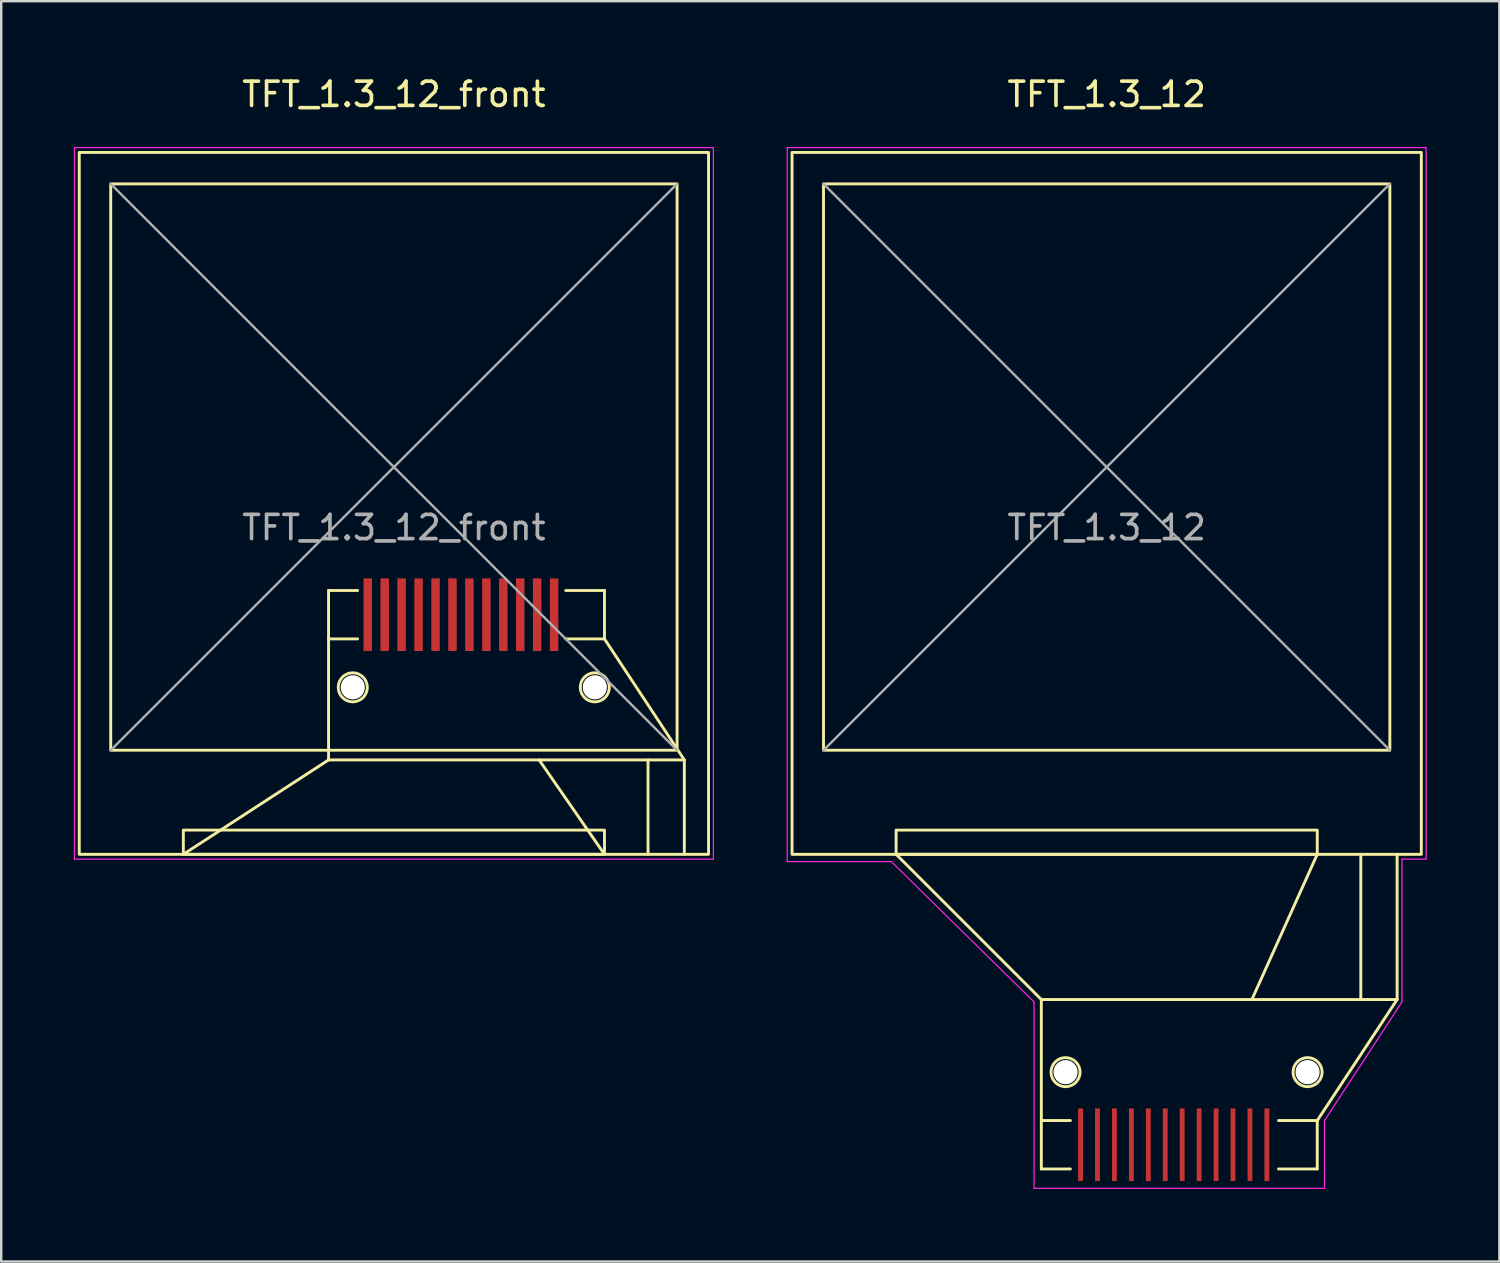
<source format=kicad_pcb>
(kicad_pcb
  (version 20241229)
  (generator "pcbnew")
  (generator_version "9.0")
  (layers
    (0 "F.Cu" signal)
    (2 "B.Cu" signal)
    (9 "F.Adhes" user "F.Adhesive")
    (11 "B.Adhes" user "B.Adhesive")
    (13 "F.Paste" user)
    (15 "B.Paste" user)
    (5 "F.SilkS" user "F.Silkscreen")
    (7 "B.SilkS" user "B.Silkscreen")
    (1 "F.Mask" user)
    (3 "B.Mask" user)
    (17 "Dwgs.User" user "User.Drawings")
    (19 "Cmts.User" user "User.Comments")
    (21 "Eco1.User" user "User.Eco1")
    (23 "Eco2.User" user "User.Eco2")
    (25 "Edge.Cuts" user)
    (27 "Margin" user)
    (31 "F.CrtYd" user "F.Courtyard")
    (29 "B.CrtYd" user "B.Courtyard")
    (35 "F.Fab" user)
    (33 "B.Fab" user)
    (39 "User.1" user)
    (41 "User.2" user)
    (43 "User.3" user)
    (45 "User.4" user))
  (footprint "TFT_1.3_12"
    (layer "F.Cu")
    (at 42.675 16.248)
    (property "Reference" "TFT_1.3_12" (at 0 -15.4 0) (unlocked yes) (layer "F.SilkS") (effects (font (size 1 1) (thickness 0.15))))
    (attr smd)
    (fp_line (start -8.7 16) (end -2.7 22) (stroke (width 0.12) (type solid)) (layer "F.SilkS"))
    (fp_line (start -2.7 22) (end 12 22) (stroke (width 0.12) (type solid)) (layer "F.SilkS"))
    (fp_line (start -2.7 27) (end -2.7 22) (stroke (width 0.12) (type solid)) (layer "F.SilkS"))
    (fp_line (start -2.7 27) (end -2.7 29) (stroke (width 0.12) (type solid)) (layer "F.SilkS"))
    (fp_line (start -2.7 29) (end -1.5 29) (stroke (width 0.12) (type solid)) (layer "F.SilkS"))
    (fp_line (start -1.5 27) (end -2.7 27) (stroke (width 0.12) (type solid)) (layer "F.SilkS"))
    (fp_line (start 7.1 27) (end 8.7 27) (stroke (width 0.12) (type solid)) (layer "F.SilkS"))
    (fp_line (start 8.7 16) (end 6 22) (stroke (width 0.12) (type solid)) (layer "F.SilkS"))
    (fp_line (start 8.7 27) (end 8.7 29) (stroke (width 0.12) (type solid)) (layer "F.SilkS"))
    (fp_line (start 8.7 29) (end 7.1 29) (stroke (width 0.12) (type solid)) (layer "F.SilkS"))
    (fp_line (start 10.5 16) (end 10.5 22) (stroke (width 0.12) (type solid)) (layer "F.SilkS"))
    (fp_line (start 12 22) (end 8.7 27) (stroke (width 0.12) (type solid)) (layer "F.SilkS"))
    (fp_line (start 12 22) (end 12 16) (stroke (width 0.12) (type solid)) (layer "F.SilkS"))
    (fp_rect (start -13 -13) (end 13 16) (stroke (width 0.12) (type solid)) (fill no) (layer "F.SilkS"))
    (fp_rect (start -11.7 11.7) (end 11.7 -11.7) (stroke (width 0.12) (type solid)) (fill no) (layer "F.SilkS"))
    (fp_rect (start -8.7 16) (end 8.7 15) (stroke (width 0.12) (type solid)) (fill no) (layer "F.SilkS"))
    (fp_circle (center -1.7 25) (end -1.1 25) (stroke (width 0.12) (type solid)) (fill no) (layer "F.SilkS"))
    (fp_circle (center 8.3 25) (end 8.9 25) (stroke (width 0.12) (type solid)) (fill no) (layer "F.SilkS"))
    (fp_line (start -13.2 -13.2) (end 13.2 -13.2) (stroke (width 0.05) (type solid)) (layer "F.CrtYd"))
    (fp_line (start -13.2 16.3) (end -13.2 -13.2) (stroke (width 0.05) (type solid)) (layer "F.CrtYd"))
    (fp_line (start -8.9 16.3) (end -13.2 16.3) (stroke (width 0.05) (type solid)) (layer "F.CrtYd"))
    (fp_line (start -3 22.1) (end -8.9 16.3) (stroke (width 0.05) (type solid)) (layer "F.CrtYd"))
    (fp_line (start -3 29.8) (end -3 22.1) (stroke (width 0.05) (type solid)) (layer "F.CrtYd"))
    (fp_line (start 9 27) (end 9 29.8) (stroke (width 0.05) (type solid)) (layer "F.CrtYd"))
    (fp_line (start 9 29.8) (end -3 29.8) (stroke (width 0.05) (type solid)) (layer "F.CrtYd"))
    (fp_line (start 12.2 16.2) (end 12.2 22.1) (stroke (width 0.05) (type solid)) (layer "F.CrtYd"))
    (fp_line (start 12.2 22.1) (end 9 27) (stroke (width 0.05) (type solid)) (layer "F.CrtYd"))
    (fp_line (start 13.2 -13.2) (end 13.2 16.2) (stroke (width 0.05) (type solid)) (layer "F.CrtYd"))
    (fp_line (start 13.2 16.2) (end 12.2 16.2) (stroke (width 0.05) (type solid)) (layer "F.CrtYd"))
    (fp_line (start -11.7 -11.7) (end 11.7 11.7) (stroke (width 0.1) (type solid)) (layer "F.Fab"))
    (fp_line (start -11.7 11.7) (end 11.7 -11.7) (stroke (width 0.1) (type solid)) (layer "F.Fab"))
    (fp_text user "${REFERENCE}" (at 0 2.5 0) (unlocked yes) (layer "F.Fab") (effects (font (size 1 1) (thickness 0.15))))
    (pad "" np_thru_hole circle (at -1.7 25) (size 1 1) (drill 1) (layers "*.Cu" "*.Mask"))
    (pad "" np_thru_hole circle (at 8.3 25) (size 1 1) (drill 1) (layers "*.Cu" "*.Mask"))
    (pad "1" smd rect (at 6.62 28 180) (size 0.2 3) (layers "F.Cu" "F.Mask" "F.Paste"))
    (pad "2" smd rect (at 5.92 28 180) (size 0.2 3) (layers "F.Cu" "F.Mask" "F.Paste"))
    (pad "3" smd rect (at 5.22 28 180) (size 0.2 3) (layers "F.Cu" "F.Mask" "F.Paste"))
    (pad "4" smd rect (at 4.52 28 180) (size 0.2 3) (layers "F.Cu" "F.Mask" "F.Paste"))
    (pad "5" smd rect (at 3.82 28 180) (size 0.2 3) (layers "F.Cu" "F.Mask" "F.Paste"))
    (pad "6" smd rect (at 3.12 28 180) (size 0.2 3) (layers "F.Cu" "F.Mask" "F.Paste"))
    (pad "7" smd rect (at 2.42 28 180) (size 0.2 3) (layers "F.Cu" "F.Mask" "F.Paste"))
    (pad "8" smd rect (at 1.72 28 180) (size 0.2 3) (layers "F.Cu" "F.Mask" "F.Paste"))
    (pad "9" smd rect (at 1.02 28 180) (size 0.2 3) (layers "F.Cu" "F.Mask" "F.Paste"))
    (pad "10" smd rect (at 0.32 28 180) (size 0.2 3) (layers "F.Cu" "F.Mask" "F.Paste"))
    (pad "11" smd rect (at -0.38 28 180) (size 0.2 3) (layers "F.Cu" "F.Mask" "F.Paste"))
    (pad "12" smd rect (at -1.08 28 180) (size 0.2 3) (layers "F.Cu" "F.Mask" "F.Paste")))
  (footprint "TFT_1.3_12_front"
    (layer "F.Cu")
    (at 13.225 16.248)
    (property "Reference" "TFT_1.3_12_front" (at 0 -15.4 0) (unlocked yes) (layer "F.SilkS") (effects (font (size 1 1) (thickness 0.15))))
    (attr smd)
    (fp_line (start -8.7 16) (end -2.7 12.1) (stroke (width 0.12) (type solid)) (layer "F.SilkS"))
    (fp_line (start -2.7 5.1) (end -1.5 5.1) (stroke (width 0.12) (type solid)) (layer "F.SilkS"))
    (fp_line (start -2.7 7.1) (end -2.7 5.1) (stroke (width 0.12) (type solid)) (layer "F.SilkS"))
    (fp_line (start -2.7 7.1) (end -2.7 12.1) (stroke (width 0.12) (type solid)) (layer "F.SilkS"))
    (fp_line (start -2.7 7.1) (end -1.5 7.1) (stroke (width 0.12) (type solid)) (layer "F.SilkS"))
    (fp_line (start -2.7 12.1) (end 12 12.1) (stroke (width 0.12) (type solid)) (layer "F.SilkS"))
    (fp_line (start 7.1 7.1) (end 8.7 7.1) (stroke (width 0.12) (type solid)) (layer "F.SilkS"))
    (fp_line (start 8.7 5.1) (end 7.1 5.1) (stroke (width 0.12) (type solid)) (layer "F.SilkS"))
    (fp_line (start 8.7 7.1) (end 8.7 5.1) (stroke (width 0.12) (type solid)) (layer "F.SilkS"))
    (fp_line (start 8.7 16) (end 6 12.1) (stroke (width 0.12) (type solid)) (layer "F.SilkS"))
    (fp_line (start 10.5 16) (end 10.5 12.1) (stroke (width 0.12) (type solid)) (layer "F.SilkS"))
    (fp_line (start 12 12.1) (end 8.7 7.1) (stroke (width 0.12) (type solid)) (layer "F.SilkS"))
    (fp_line (start 12 12.1) (end 12 16) (stroke (width 0.12) (type solid)) (layer "F.SilkS"))
    (fp_rect (start -13 -13) (end 13 16) (stroke (width 0.12) (type solid)) (fill no) (layer "F.SilkS"))
    (fp_rect (start -11.7 11.7) (end 11.7 -11.7) (stroke (width 0.12) (type solid)) (fill no) (layer "F.SilkS"))
    (fp_rect (start -8.7 16) (end 8.7 15) (stroke (width 0.12) (type solid)) (fill no) (layer "F.SilkS"))
    (fp_circle (center -1.7 9.1) (end -1.1 9.1) (stroke (width 0.12) (type solid)) (fill no) (layer "F.SilkS"))
    (fp_circle (center 8.3 9.1) (end 8.9 9.1) (stroke (width 0.12) (type solid)) (fill no) (layer "F.SilkS"))
    (fp_line (start -13.2 -13.2) (end 13.2 -13.2) (stroke (width 0.05) (type solid)) (layer "F.CrtYd"))
    (fp_line (start -13.2 16.2) (end -13.2 -13.2) (stroke (width 0.05) (type solid)) (layer "F.CrtYd"))
    (fp_line (start 13.2 -13.2) (end 13.2 16.2) (stroke (width 0.05) (type solid)) (layer "F.CrtYd"))
    (fp_line (start 13.2 16.2) (end -13.2 16.2) (stroke (width 0.05) (type solid)) (layer "F.CrtYd"))
    (fp_line (start -11.7 -11.7) (end 11.7 11.7) (stroke (width 0.1) (type solid)) (layer "F.Fab"))
    (fp_line (start -11.7 11.7) (end 11.7 -11.7) (stroke (width 0.1) (type solid)) (layer "F.Fab"))
    (fp_text user "${REFERENCE}" (at 0 2.5 0) (unlocked yes) (layer "F.Fab") (effects (font (size 1 1) (thickness 0.15))))
    (pad "" np_thru_hole circle (at -1.7 9.1 180) (size 1 1) (drill 1) (layers "*.Cu" "*.Mask"))
    (pad "" np_thru_hole circle (at 8.3 9.1 180) (size 1 1) (drill 1) (layers "*.Cu" "*.Mask"))
    (pad "1" smd rect (at 6.62 6.1) (size 0.35 3) (layers "F.Cu" "F.Mask" "F.Paste"))
    (pad "2" smd rect (at 5.92 6.1) (size 0.35 3) (layers "F.Cu" "F.Mask" "F.Paste"))
    (pad "3" smd rect (at 5.22 6.1) (size 0.35 3) (layers "F.Cu" "F.Mask" "F.Paste"))
    (pad "4" smd rect (at 4.52 6.1) (size 0.35 3) (layers "F.Cu" "F.Mask" "F.Paste"))
    (pad "5" smd rect (at 3.82 6.1) (size 0.35 3) (layers "F.Cu" "F.Mask" "F.Paste"))
    (pad "6" smd rect (at 3.12 6.1) (size 0.35 3) (layers "F.Cu" "F.Mask" "F.Paste"))
    (pad "7" smd rect (at 2.42 6.1) (size 0.35 3) (layers "F.Cu" "F.Mask" "F.Paste"))
    (pad "8" smd rect (at 1.72 6.1) (size 0.35 3) (layers "F.Cu" "F.Mask" "F.Paste"))
    (pad "9" smd rect (at 1.02 6.1) (size 0.35 3) (layers "F.Cu" "F.Mask" "F.Paste"))
    (pad "10" smd rect (at 0.32 6.1) (size 0.35 3) (layers "F.Cu" "F.Mask" "F.Paste"))
    (pad "11" smd rect (at -0.38 6.1) (size 0.35 3) (layers "F.Cu" "F.Mask" "F.Paste"))
    (pad "12" smd rect (at -1.08 6.1) (size 0.35 3) (layers "F.Cu" "F.Mask" "F.Paste")))
  (gr_rect
    (start -3 -3)
    (end 58.9 49.073)
    (stroke (width 0.1) (type default))
    (fill no)
    (layer "Edge.Cuts")))
</source>
